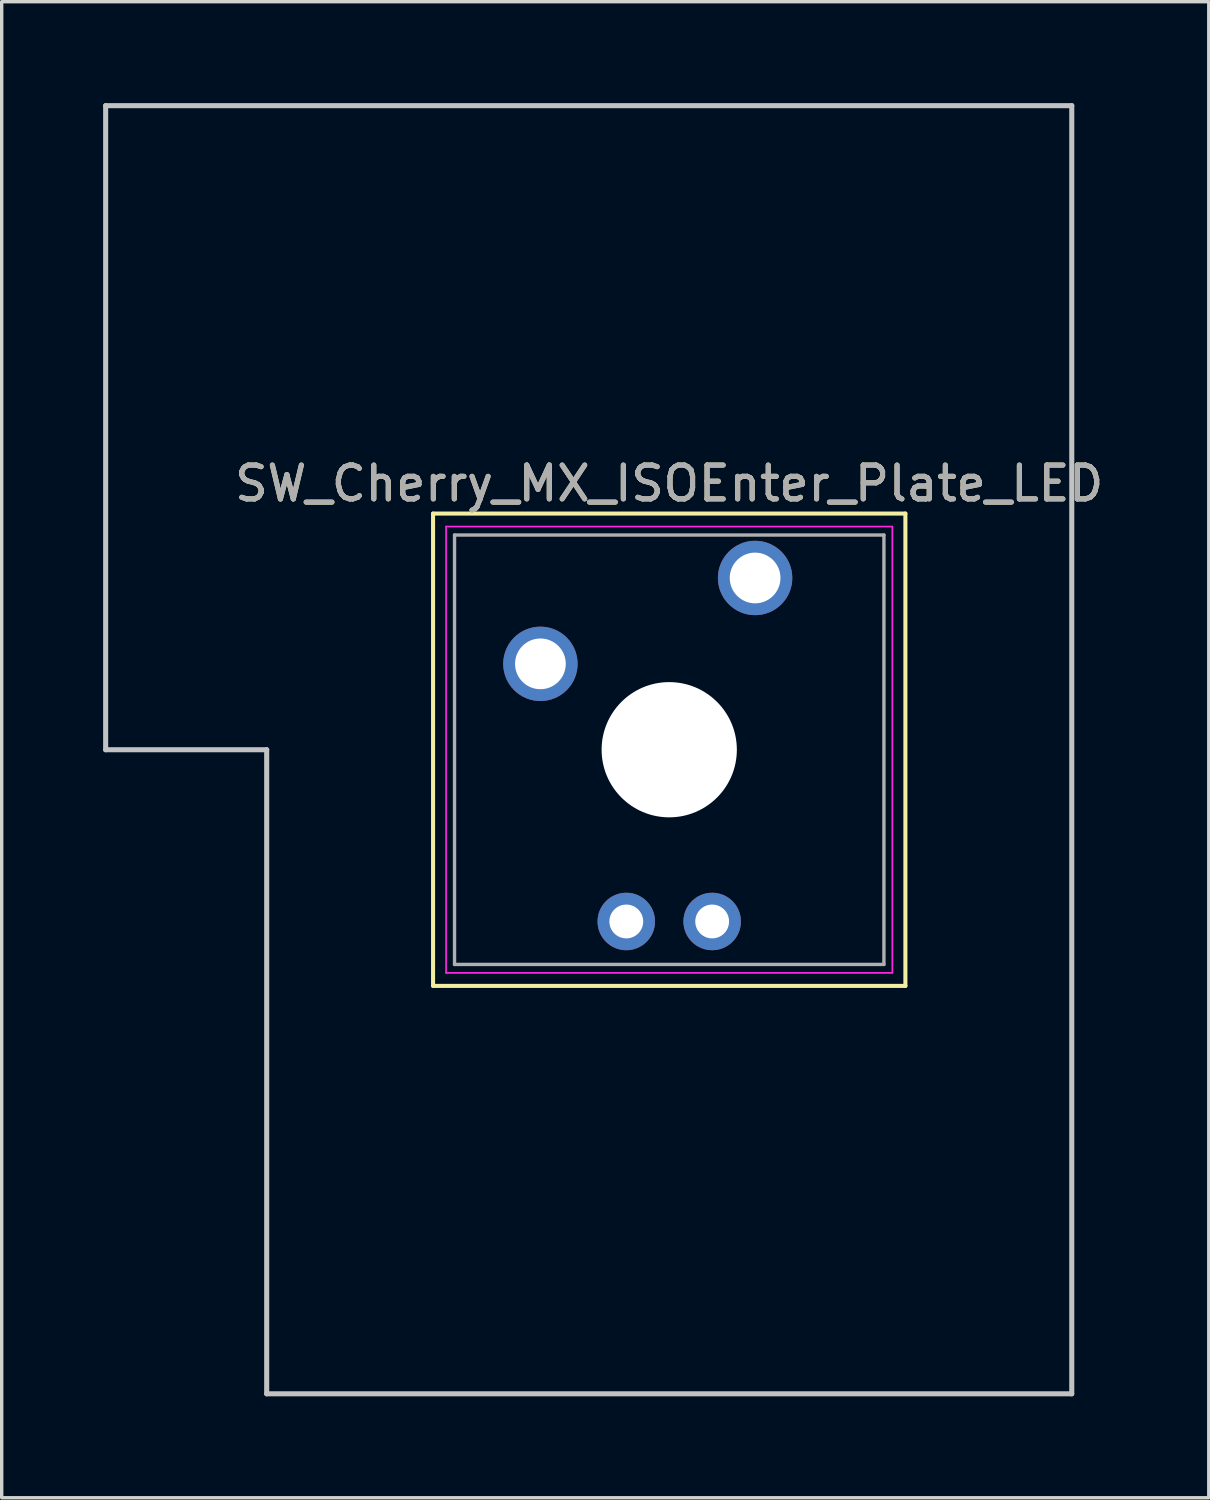
<source format=kicad_pcb>
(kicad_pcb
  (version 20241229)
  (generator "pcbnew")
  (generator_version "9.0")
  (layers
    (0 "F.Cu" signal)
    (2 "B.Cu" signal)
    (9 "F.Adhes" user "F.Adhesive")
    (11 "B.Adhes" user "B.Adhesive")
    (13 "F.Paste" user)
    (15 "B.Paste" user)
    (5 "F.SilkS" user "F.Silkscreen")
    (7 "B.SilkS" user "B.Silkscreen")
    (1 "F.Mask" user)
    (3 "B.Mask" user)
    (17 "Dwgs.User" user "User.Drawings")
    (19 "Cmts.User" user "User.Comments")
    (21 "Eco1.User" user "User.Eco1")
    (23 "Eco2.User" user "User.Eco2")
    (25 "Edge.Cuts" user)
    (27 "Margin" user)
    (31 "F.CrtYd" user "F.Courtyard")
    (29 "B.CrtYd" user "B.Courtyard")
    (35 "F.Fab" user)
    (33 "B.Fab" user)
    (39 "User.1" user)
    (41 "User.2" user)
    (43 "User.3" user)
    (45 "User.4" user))
  (footprint "SW_Cherry_MX_ISOEnter_Plate_LED"
    (layer "F.Cu")
    (at 19.284 14.045)
    (property "Reference" "SW_Cherry_MX_ISOEnter_Plate_LED" (at -2.54 -2.794 0) (layer "F.SilkS") (effects (font (size 1 1) (thickness 0.15))))
    (attr through_hole)
    (fp_line (start -9.525 -1.905) (end 4.445 -1.905) (stroke (width 0.12) (type solid)) (layer "F.SilkS"))
    (fp_line (start -9.525 12.065) (end -9.525 -1.905) (stroke (width 0.12) (type solid)) (layer "F.SilkS"))
    (fp_line (start 4.445 -1.905) (end 4.445 12.065) (stroke (width 0.12) (type solid)) (layer "F.SilkS"))
    (fp_line (start 4.445 12.065) (end -9.525 12.065) (stroke (width 0.12) (type solid)) (layer "F.SilkS"))
    (fp_line (start -19.209 -13.97) (end 9.366 -13.97) (stroke (width 0.15) (type solid)) (layer "Dwgs.User"))
    (fp_line (start -19.209 5.08) (end -19.209 -13.97) (stroke (width 0.15) (type solid)) (layer "Dwgs.User"))
    (fp_line (start -14.446 5.08) (end -19.209 5.08) (stroke (width 0.15) (type solid)) (layer "Dwgs.User"))
    (fp_line (start -14.446 24.13) (end -14.446 5.08) (stroke (width 0.15) (type solid)) (layer "Dwgs.User"))
    (fp_line (start 9.366 -13.97) (end 9.366 24.13) (stroke (width 0.15) (type solid)) (layer "Dwgs.User"))
    (fp_line (start 9.366 24.13) (end -14.446 24.13) (stroke (width 0.15) (type solid)) (layer "Dwgs.User"))
    (fp_line (start -9.14 -1.52) (end 4.06 -1.52) (stroke (width 0.05) (type solid)) (layer "F.CrtYd"))
    (fp_line (start -9.14 11.68) (end -9.14 -1.52) (stroke (width 0.05) (type solid)) (layer "F.CrtYd"))
    (fp_line (start 4.06 -1.52) (end 4.06 11.68) (stroke (width 0.05) (type solid)) (layer "F.CrtYd"))
    (fp_line (start 4.06 11.68) (end -9.14 11.68) (stroke (width 0.05) (type solid)) (layer "F.CrtYd"))
    (fp_line (start -8.89 -1.27) (end 3.81 -1.27) (stroke (width 0.1) (type solid)) (layer "F.Fab"))
    (fp_line (start -8.89 11.43) (end -8.89 -1.27) (stroke (width 0.1) (type solid)) (layer "F.Fab"))
    (fp_line (start 3.81 -1.27) (end 3.81 11.43) (stroke (width 0.1) (type solid)) (layer "F.Fab"))
    (fp_line (start 3.81 11.43) (end -8.89 11.43) (stroke (width 0.1) (type solid)) (layer "F.Fab"))
    (fp_text user "${REFERENCE}" (at -2.54 -2.794 0) (layer "F.Fab") (effects (font (size 1 1) (thickness 0.15))))
    (pad "" np_thru_hole circle (at -2.54 5.08) (size 4 4) (drill 4) (layers "*.Cu" "*.Mask"))
    (pad "1" thru_hole circle (at 0 0) (size 2.2 2.2) (drill 1.5) (layers "*.Cu" "*.Mask"))
    (pad "2" thru_hole circle (at -6.35 2.54) (size 2.2 2.2) (drill 1.5) (layers "*.Cu" "*.Mask"))
    (pad "3" thru_hole circle (at -1.27 10.16) (size 1.7 1.7) (drill 1) (layers "*.Cu" "*.Mask"))
    (pad "4" thru_hole circle (at -3.81 10.16) (size 1.7 1.7) (drill 1) (layers "*.Cu" "*.Mask")))
  (gr_rect
    (start -3 -3)
    (end 32.702 41.25)
    (stroke (width 0.1) (type default))
    (fill no)
    (layer "Edge.Cuts")))
</source>
